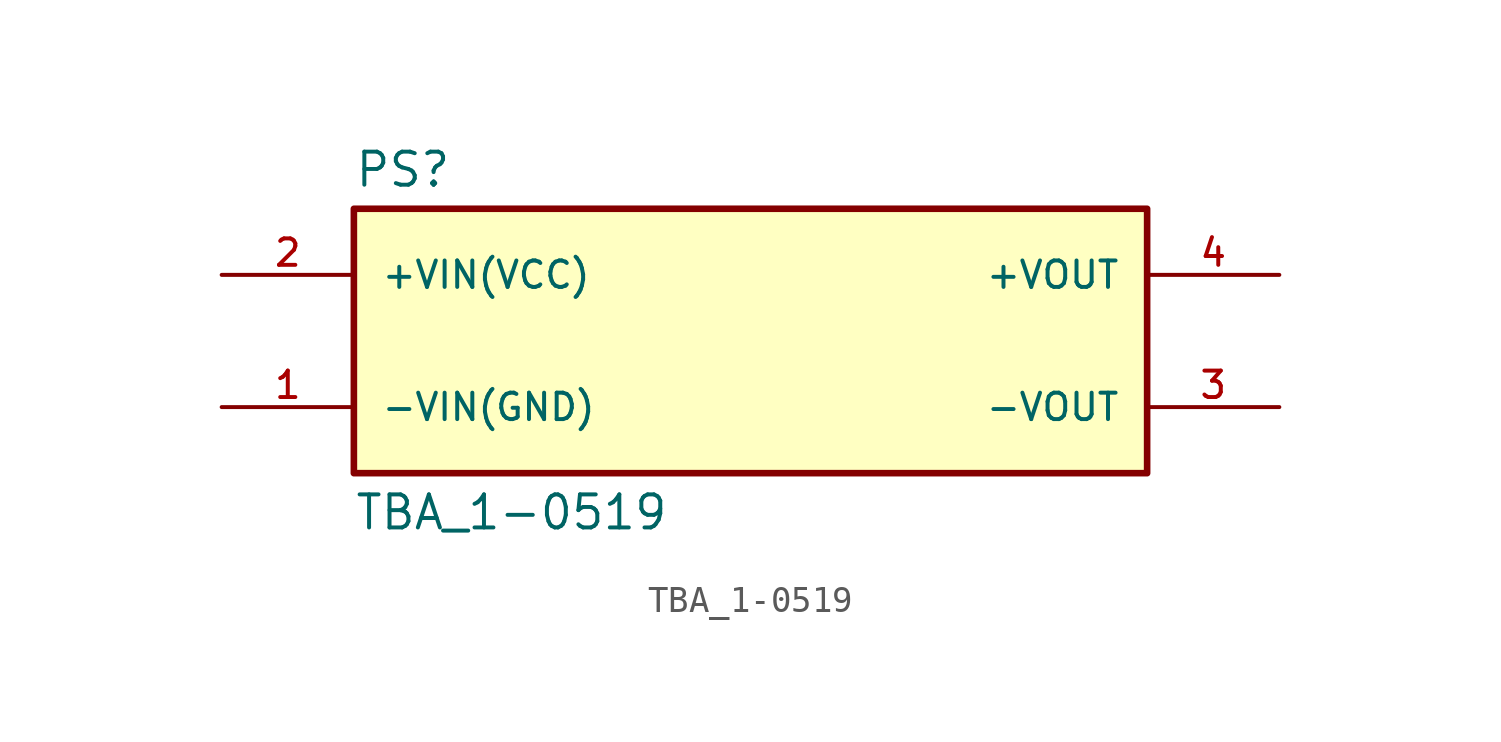
<source format=kicad_sym>
(kicad_symbol_lib
  (version 20211014)
  (generator kicad_symbol_editor)
  (symbol "TBA_1-0519"
    (pin_names
      (offset 1.016))
    (property "Reference" "PS"
      (at -15.24 5.842 0)
      (effects (font (size 1.27 1.27)) (justify bottom left)))
    (property "Value" "TBA_1-0519"
      (at -15.24 -5.842 0)
      (effects (font (size 1.27 1.27)) (justify top left)))
    (symbol "TBA_1-0519_0_0"
      (rectangle (start -15.24 -5.08) (end 15.24 5.08) (stroke (width 0.254)) (fill (type background)))
      (pin input line (at -20.32 2.54 0) (length 5.08) (name "+VIN(VCC)" (effects (font (size 1.016 1.016)))) (number "2" (effects (font (size 1.016 1.016)))))
      (pin input line (at -20.32 -2.54 0) (length 5.08) (name "-VIN(GND)" (effects (font (size 1.016 1.016)))) (number "1" (effects (font (size 1.016 1.016)))))
      (pin output line (at 20.32 2.54 180.0) (length 5.08) (name "+VOUT" (effects (font (size 1.016 1.016)))) (number "4" (effects (font (size 1.016 1.016)))))
      (pin output line (at 20.32 -2.54 180.0) (length 5.08) (name "-VOUT" (effects (font (size 1.016 1.016)))) (number "3" (effects (font (size 1.016 1.016))))))))
</source>
